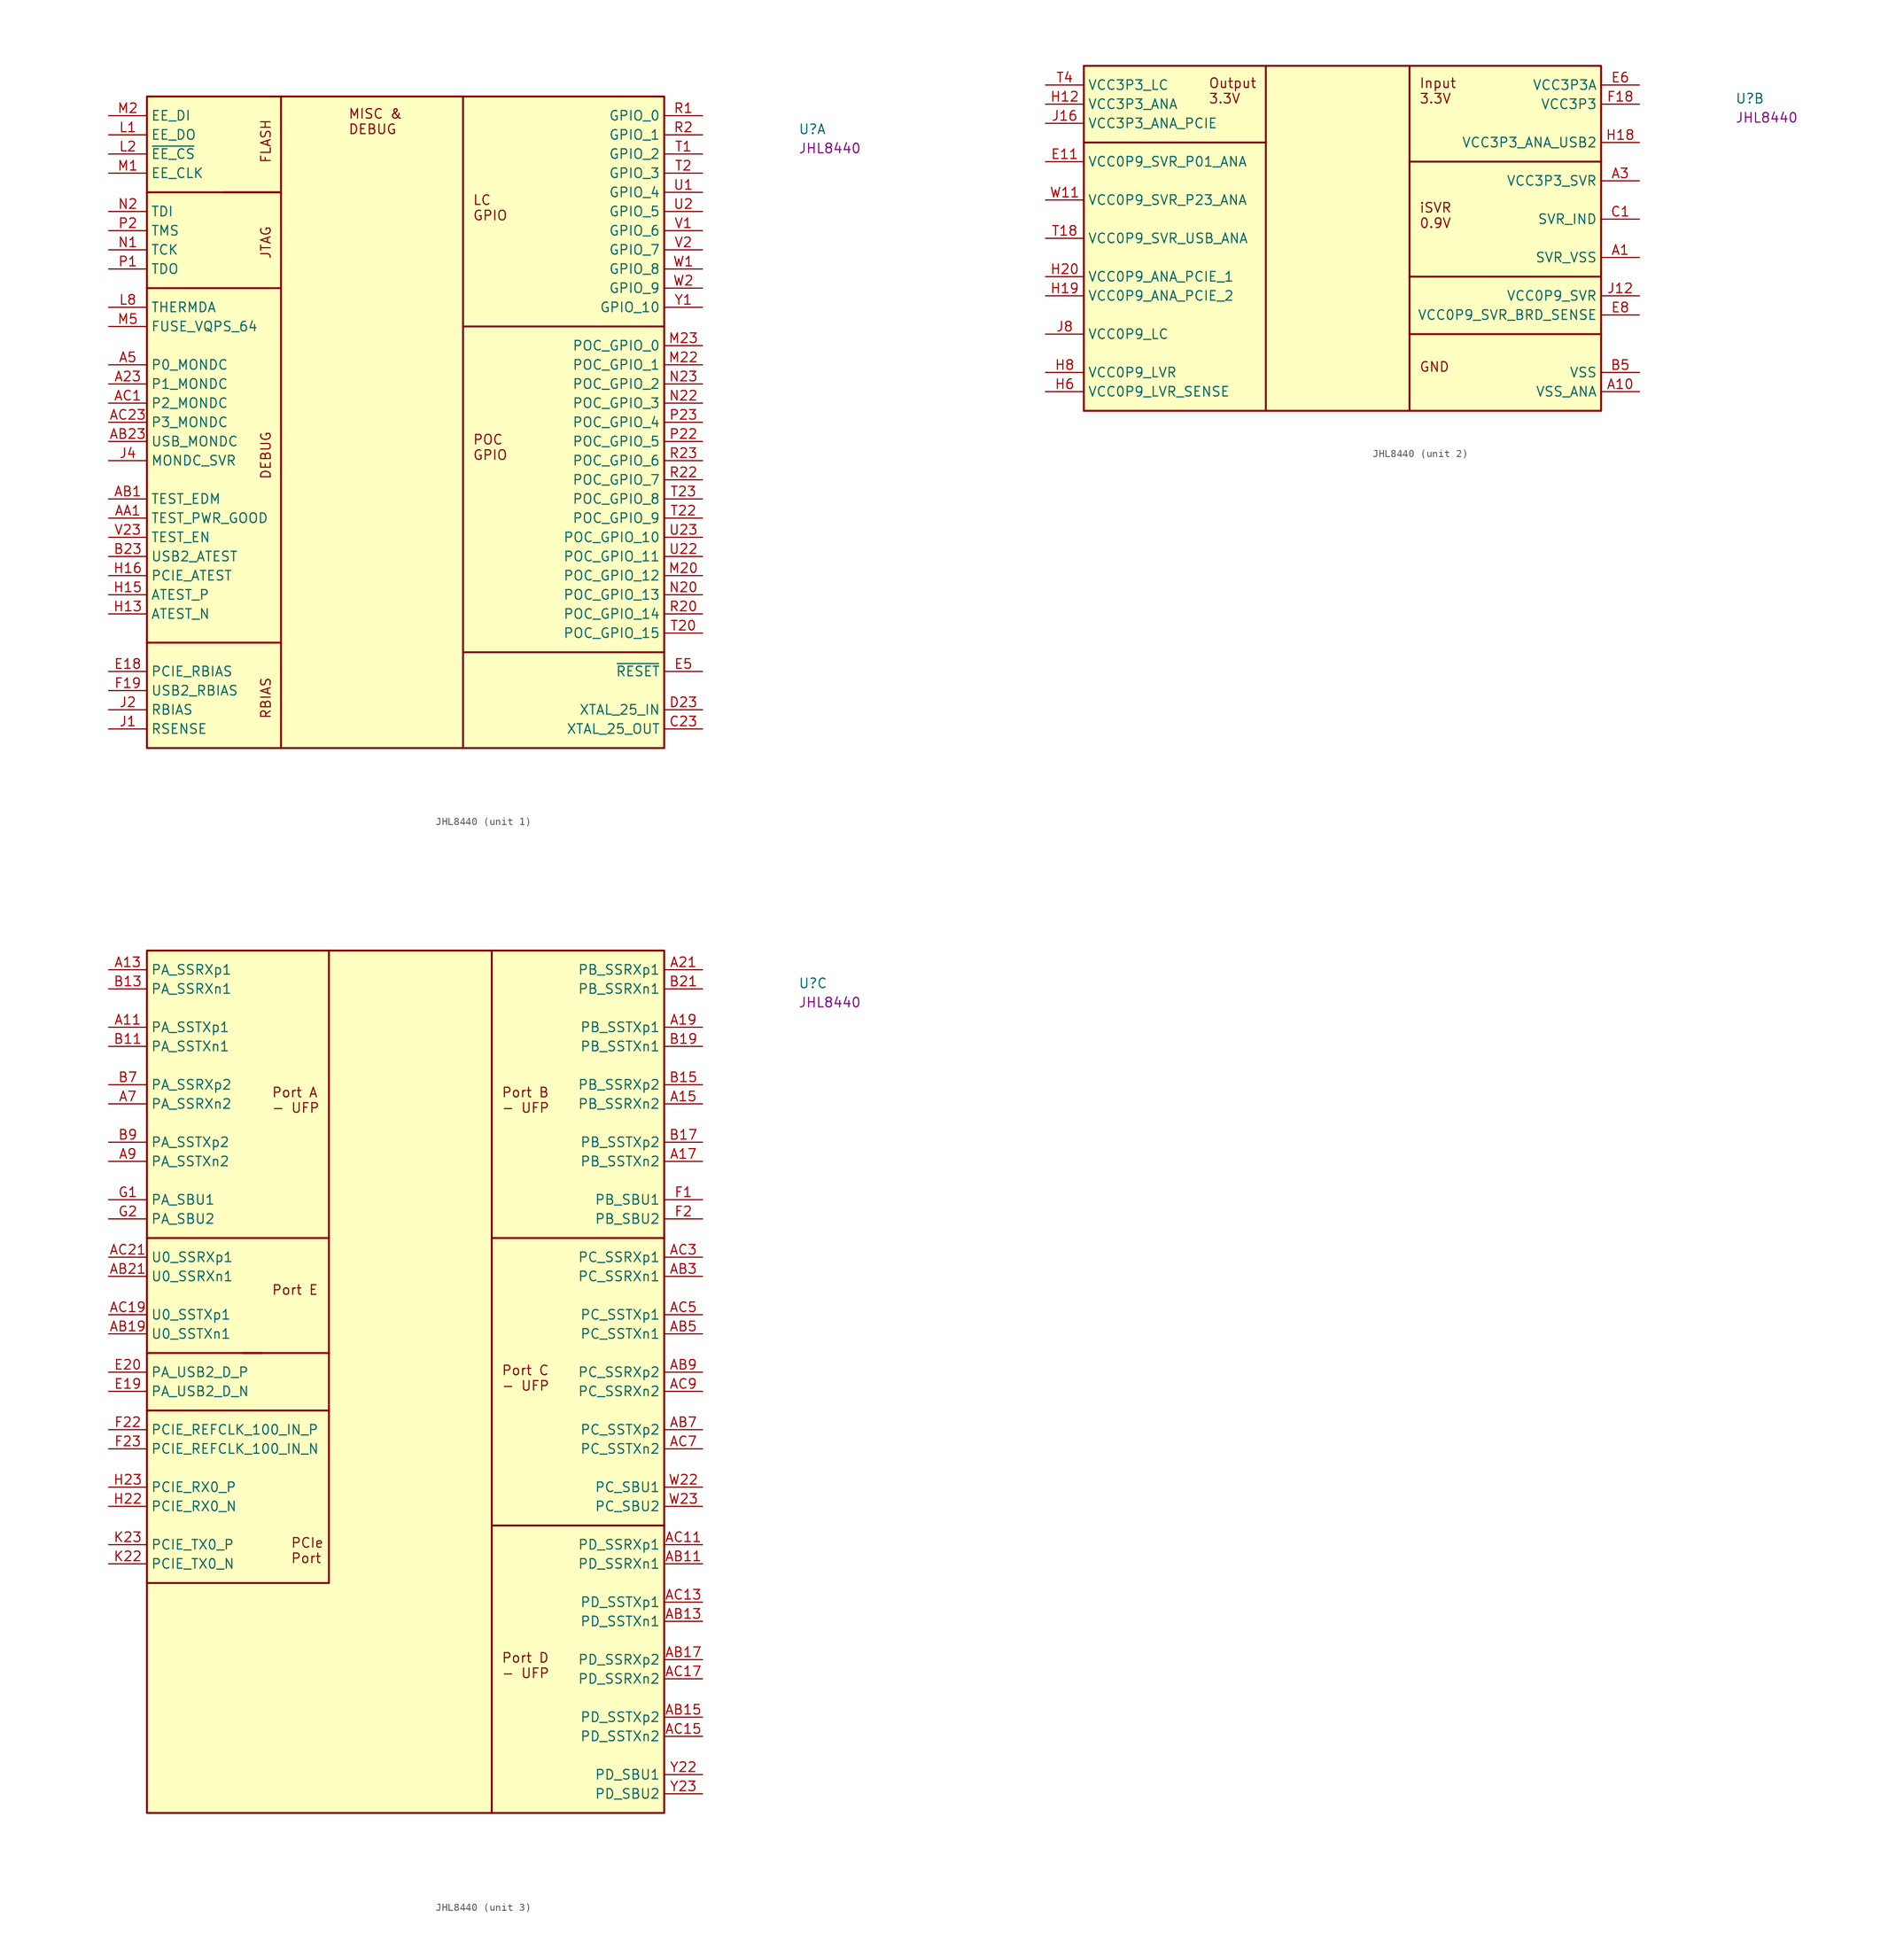
<source format=kicad_sym>
(kicad_symbol_lib
  (version 20220914)
  (generator kicad_symbol_editor)
  (symbol "JHL8440"
    (property "Reference" "U"
      (at 91.44 -2.54 0)
      (effects (font (size 1.27 1.27) (thickness 0.15)) (justify left bottom)))
    (property "MPN" "JHL8440"
      (at 91.44 -5.08 0)
      (effects (font (size 1.27 1.27) (thickness 0.15)) (justify left bottom)))
    (property "ki_locked" ""
      (at 0 0 0)
      (effects (font (size 1.27 1.27))))
    (symbol "JHL8440_1_1"
      (polyline (pts (xy 22.86 -69.85) (xy 5.08 -69.85)) (stroke (width 0.254) (type default)) (fill (type background)))
      (polyline (pts (xy 46.99 -83.82) (xy 46.99 -71.12)) (stroke (width 0.254) (type default)) (fill (type background)))
      (polyline (pts (xy 46.99 -27.94) (xy 46.99 2.54)) (stroke (width 0.254) (type default)) (fill (type background)))
      (polyline (pts (xy 5.08 -10.16) (xy 22.86 -10.16) (xy 22.86 2.54)) (stroke (width 0.254) (type default)) (fill (type background)))
      (polyline (pts (xy 15.24 -10.16) (xy 22.86 -10.16) (xy 22.86 -22.86)) (stroke (width 0.254) (type default)) (fill (type background)))
      (polyline (pts (xy 22.86 -83.82) (xy 22.86 -22.86) (xy 5.08 -22.86)) (stroke (width 0.254) (type default)) (fill (type background)))
      (polyline (pts (xy 73.66 -27.94) (xy 46.99 -27.94) (xy 46.99 -71.12) (xy 73.66 -71.12)) (stroke (width 0.254) (type default)) (fill (type background)))
      (rectangle (start 5.08 2.54) (end 73.66 -83.82) (stroke (width 0.254) (type default)) (fill (type background)))
      (text "DEBUG" (at 21.59 -48.26 900) (effects (font (size 1.27 1.27) (thickness 0.15)) (justify left bottom)))
      (text "FLASH" (at 21.59 -6.35 900) (effects (font (size 1.27 1.27) (thickness 0.15)) (justify left bottom)))
      (text "JTAG" (at 21.59 -19.05 900) (effects (font (size 1.27 1.27) (thickness 0.15)) (justify left bottom)))
      (text "LC\nGPIO\n" (at 48.26 -13.97 0) (effects (font (size 1.27 1.27) (thickness 0.15)) (justify left bottom)))
      (text "MISC &\nDEBUG" (at 31.75 -2.54 0) (effects (font (size 1.27 1.27) (thickness 0.15)) (justify left bottom)))
      (text "POC\nGPIO" (at 48.26 -45.72 0) (effects (font (size 1.27 1.27) (thickness 0.15)) (justify left bottom)))
      (text "RBIAS\n" (at 21.59 -80.01 900) (effects (font (size 1.27 1.27) (thickness 0.15)) (justify left bottom)))
      (pin passive line (at 0 -35.56 0) (length 5.08) (name "P1_MONDC" (effects (font (size 1.27 1.27)))) (number "A23" (effects (font (size 1.27 1.27)))))
      (pin passive line (at 0 -33.02 0) (length 5.08) (name "P0_MONDC" (effects (font (size 1.27 1.27)))) (number "A5" (effects (font (size 1.27 1.27)))))
      (pin passive line (at 0 -53.34 0) (length 5.08) (name "TEST_PWR_GOOD" (effects (font (size 1.27 1.27)))) (number "AA1" (effects (font (size 1.27 1.27)))))
      (pin passive line (at 0 -50.8 0) (length 5.08) (name "TEST_EDM" (effects (font (size 1.27 1.27)))) (number "AB1" (effects (font (size 1.27 1.27)))))
      (pin passive line (at 0 -43.18 0) (length 5.08) (name "USB_MONDC" (effects (font (size 1.27 1.27)))) (number "AB23" (effects (font (size 1.27 1.27)))))
      (pin passive line (at 0 -38.1 0) (length 5.08) (name "P2_MONDC" (effects (font (size 1.27 1.27)))) (number "AC1" (effects (font (size 1.27 1.27)))))
      (pin passive line (at 0 -40.64 0) (length 5.08) (name "P3_MONDC" (effects (font (size 1.27 1.27)))) (number "AC23" (effects (font (size 1.27 1.27)))))
      (pin passive line (at 0 -58.42 0) (length 5.08) (name "USB2_ATEST" (effects (font (size 1.27 1.27)))) (number "B23" (effects (font (size 1.27 1.27)))))
      (pin passive line (at 78.74 -81.28 180) (length 5.08) (name "XTAL_25_OUT" (effects (font (size 1.27 1.27)))) (number "C23" (effects (font (size 1.27 1.27)))))
      (pin passive line (at 78.74 -78.74 180) (length 5.08) (name "XTAL_25_IN" (effects (font (size 1.27 1.27)))) (number "D23" (effects (font (size 1.27 1.27)))))
      (pin passive line (at 0 -73.66 0) (length 5.08) (name "PCIE_RBIAS" (effects (font (size 1.27 1.27)))) (number "E18" (effects (font (size 1.27 1.27)))))
      (pin passive line (at 78.74 -73.66 180) (length 5.08) (name "~{RESET}" (effects (font (size 1.27 1.27)))) (number "E5" (effects (font (size 1.27 1.27)))))
      (pin passive line (at 0 -76.2 0) (length 5.08) (name "USB2_RBIAS" (effects (font (size 1.27 1.27)))) (number "F19" (effects (font (size 1.27 1.27)))))
      (pin passive line (at 0 -66.04 0) (length 5.08) (name "ATEST_N" (effects (font (size 1.27 1.27)))) (number "H13" (effects (font (size 1.27 1.27)))))
      (pin passive line (at 0 -63.5 0) (length 5.08) (name "ATEST_P" (effects (font (size 1.27 1.27)))) (number "H15" (effects (font (size 1.27 1.27)))))
      (pin passive line (at 0 -60.96 0) (length 5.08) (name "PCIE_ATEST" (effects (font (size 1.27 1.27)))) (number "H16" (effects (font (size 1.27 1.27)))))
      (pin passive line (at 0 -81.28 0) (length 5.08) (name "RSENSE" (effects (font (size 1.27 1.27)))) (number "J1" (effects (font (size 1.27 1.27)))))
      (pin passive line (at 0 -78.74 0) (length 5.08) (name "RBIAS" (effects (font (size 1.27 1.27)))) (number "J2" (effects (font (size 1.27 1.27)))))
      (pin passive line (at 0 -45.72 0) (length 5.08) (name "MONDC_SVR" (effects (font (size 1.27 1.27)))) (number "J4" (effects (font (size 1.27 1.27)))))
      (pin passive line (at 0 -2.54 0) (length 5.08) (name "EE_DO" (effects (font (size 1.27 1.27)))) (number "L1" (effects (font (size 1.27 1.27)))))
      (pin passive line (at 0 -5.08 0) (length 5.08) (name "~{EE_CS}" (effects (font (size 1.27 1.27)))) (number "L2" (effects (font (size 1.27 1.27)))))
      (pin passive line (at 0 -25.4 0) (length 5.08) (name "THERMDA" (effects (font (size 1.27 1.27)))) (number "L8" (effects (font (size 1.27 1.27)))))
      (pin passive line (at 0 -7.62 0) (length 5.08) (name "EE_CLK" (effects (font (size 1.27 1.27)))) (number "M1" (effects (font (size 1.27 1.27)))))
      (pin passive line (at 0 0 0) (length 5.08) (name "EE_DI" (effects (font (size 1.27 1.27)))) (number "M2" (effects (font (size 1.27 1.27)))))
      (pin passive line (at 78.74 -60.96 180) (length 5.08) (name "POC_GPIO_12" (effects (font (size 1.27 1.27)))) (number "M20" (effects (font (size 1.27 1.27)))) (alternate "HPD" passive line) (alternate "~{OVRCRNT}" passive line) (alternate "~{PC_I2C_INT}" passive line))
      (pin passive line (at 78.74 -33.02 180) (length 5.08) (name "POC_GPIO_1" (effects (font (size 1.27 1.27)))) (number "M22" (effects (font (size 1.27 1.27)))) (alternate "I2C_SDA" passive line))
      (pin passive line (at 78.74 -30.48 180) (length 5.08) (name "POC_GPIO_0" (effects (font (size 1.27 1.27)))) (number "M23" (effects (font (size 1.27 1.27)))) (alternate "I2C_SCL" passive line))
      (pin passive line (at 0 -27.94 0) (length 5.08) (name "FUSE_VQPS_64" (effects (font (size 1.27 1.27)))) (number "M5" (effects (font (size 1.27 1.27)))))
      (pin passive line (at 0 -17.78 0) (length 5.08) (name "TCK" (effects (font (size 1.27 1.27)))) (number "N1" (effects (font (size 1.27 1.27)))))
      (pin passive line (at 0 -12.7 0) (length 5.08) (name "TDI" (effects (font (size 1.27 1.27)))) (number "N2" (effects (font (size 1.27 1.27)))))
      (pin passive line (at 78.74 -63.5 180) (length 5.08) (name "POC_GPIO_13" (effects (font (size 1.27 1.27)))) (number "N20" (effects (font (size 1.27 1.27)))) (alternate "USB2_MXCTL" passive line))
      (pin passive line (at 78.74 -38.1 180) (length 5.08) (name "POC_GPIO_3" (effects (font (size 1.27 1.27)))) (number "N22" (effects (font (size 1.27 1.27)))) (alternate "FORCE_PWR" passive line))
      (pin passive line (at 78.74 -35.56 180) (length 5.08) (name "POC_GPIO_2" (effects (font (size 1.27 1.27)))) (number "N23" (effects (font (size 1.27 1.27)))) (alternate "PA_VBUS_EN" passive line))
      (pin passive line (at 0 -20.32 0) (length 5.08) (name "TDO" (effects (font (size 1.27 1.27)))) (number "P1" (effects (font (size 1.27 1.27)))))
      (pin passive line (at 0 -15.24 0) (length 5.08) (name "TMS" (effects (font (size 1.27 1.27)))) (number "P2" (effects (font (size 1.27 1.27)))))
      (pin passive line (at 78.74 -43.18 180) (length 5.08) (name "POC_GPIO_5" (effects (font (size 1.27 1.27)))) (number "P22" (effects (font (size 1.27 1.27)))) (alternate "PM_S3_EN" passive line))
      (pin passive line (at 78.74 -40.64 180) (length 5.08) (name "POC_GPIO_4" (effects (font (size 1.27 1.27)))) (number "P23" (effects (font (size 1.27 1.27)))) (alternate "~{PEWAKE}" passive line))
      (pin passive line (at 78.74 0 180) (length 5.08) (name "GPIO_0" (effects (font (size 1.27 1.27)))) (number "R1" (effects (font (size 1.27 1.27)))) (alternate "PB_VBUS_EN" passive line))
      (pin passive line (at 78.74 -2.54 180) (length 5.08) (name "GPIO_1" (effects (font (size 1.27 1.27)))) (number "R2" (effects (font (size 1.27 1.27)))) (alternate "PC_VBUS_EN" passive line))
      (pin passive line (at 78.74 -66.04 180) (length 5.08) (name "POC_GPIO_14" (effects (font (size 1.27 1.27)))) (number "R20" (effects (font (size 1.27 1.27)))) (alternate "HPD" passive line) (alternate "~{OVRCRNT}" passive line) (alternate "~{PD_I2C_INT}" passive line))
      (pin passive line (at 78.74 -48.26 180) (length 5.08) (name "POC_GPIO_7" (effects (font (size 1.27 1.27)))) (number "R22" (effects (font (size 1.27 1.27)))) (alternate "~{OVRCRNT}" passive line) (alternate "~{PB_I2C_INT}" passive line))
      (pin passive line (at 78.74 -45.72 180) (length 5.08) (name "POC_GPIO_6" (effects (font (size 1.27 1.27)))) (number "R23" (effects (font (size 1.27 1.27)))) (alternate "~{PA_I2C_INT}" passive line))
      (pin passive line (at 78.74 -5.08 180) (length 5.08) (name "GPIO_2" (effects (font (size 1.27 1.27)))) (number "T1" (effects (font (size 1.27 1.27)))) (alternate "PD_VBUS_EN" passive line))
      (pin passive line (at 78.74 -7.62 180) (length 5.08) (name "GPIO_3" (effects (font (size 1.27 1.27)))) (number "T2" (effects (font (size 1.27 1.27)))) (alternate "TMU_CLKIN" passive line))
      (pin passive line (at 78.74 -68.58 180) (length 5.08) (name "POC_GPIO_15" (effects (font (size 1.27 1.27)))) (number "T20" (effects (font (size 1.27 1.27)))))
      (pin passive line (at 78.74 -53.34 180) (length 5.08) (name "POC_GPIO_9" (effects (font (size 1.27 1.27)))) (number "T22" (effects (font (size 1.27 1.27)))) (alternate "SMBUS_SDA" passive line))
      (pin passive line (at 78.74 -50.8 180) (length 5.08) (name "POC_GPIO_8" (effects (font (size 1.27 1.27)))) (number "T23" (effects (font (size 1.27 1.27)))) (alternate "SMBUS_SCL" passive line))
      (pin passive line (at 78.74 -10.16 180) (length 5.08) (name "GPIO_4" (effects (font (size 1.27 1.27)))) (number "U1" (effects (font (size 1.27 1.27)))) (alternate "PM_S0_EN" passive line))
      (pin passive line (at 78.74 -12.7 180) (length 5.08) (name "GPIO_5" (effects (font (size 1.27 1.27)))) (number "U2" (effects (font (size 1.27 1.27)))) (alternate "~{PERST}" passive line))
      (pin passive line (at 78.74 -58.42 180) (length 5.08) (name "POC_GPIO_11" (effects (font (size 1.27 1.27)))) (number "U22" (effects (font (size 1.27 1.27)))))
      (pin passive line (at 78.74 -55.88 180) (length 5.08) (name "POC_GPIO_10" (effects (font (size 1.27 1.27)))) (number "U23" (effects (font (size 1.27 1.27)))) (alternate "~{PE_OVRCRNT}" passive line))
      (pin passive line (at 78.74 -15.24 180) (length 5.08) (name "GPIO_6" (effects (font (size 1.27 1.27)))) (number "V1" (effects (font (size 1.27 1.27)))) (alternate "PE_VBUS_EN" passive line))
      (pin passive line (at 78.74 -17.78 180) (length 5.08) (name "GPIO_7" (effects (font (size 1.27 1.27)))) (number "V2" (effects (font (size 1.27 1.27)))) (alternate "~{SMB_ALERT}" passive line))
      (pin passive line (at 0 -55.88 0) (length 5.08) (name "TEST_EN" (effects (font (size 1.27 1.27)))) (number "V23" (effects (font (size 1.27 1.27)))))
      (pin passive line (at 78.74 -20.32 180) (length 5.08) (name "GPIO_8" (effects (font (size 1.27 1.27)))) (number "W1" (effects (font (size 1.27 1.27)))) (alternate "TMU_CLKOUT" passive line))
      (pin passive line (at 78.74 -22.86 180) (length 5.08) (name "GPIO_9" (effects (font (size 1.27 1.27)))) (number "W2" (effects (font (size 1.27 1.27)))))
      (pin passive line (at 78.74 -25.4 180) (length 5.08) (name "GPIO_10" (effects (font (size 1.27 1.27)))) (number "Y1" (effects (font (size 1.27 1.27))))))
    (symbol "JHL8440_2_1"
      (polyline (pts (xy 29.21 -7.62) (xy 5.08 -7.62)) (stroke (width 0.254) (type default)) (fill (type background)))
      (polyline (pts (xy 29.21 2.54) (xy 29.21 -43.18)) (stroke (width 0.254) (type default)) (fill (type background)))
      (polyline (pts (xy 48.26 2.54) (xy 48.26 -43.18)) (stroke (width 0.254) (type default)) (fill (type background)))
      (polyline (pts (xy 73.66 -33.02) (xy 48.26 -33.02)) (stroke (width 0.254) (type default)) (fill (type background)))
      (polyline (pts (xy 73.66 -25.4) (xy 48.26 -25.4)) (stroke (width 0.254) (type default)) (fill (type background)))
      (polyline (pts (xy 73.66 -10.16) (xy 48.26 -10.16)) (stroke (width 0.254) (type default)) (fill (type background)))
      (rectangle (start 5.08 2.54) (end 73.66 -43.18) (stroke (width 0.254) (type default)) (fill (type background)))
      (text "GND\n" (at 49.53 -38.1 0) (effects (font (size 1.27 1.27) (thickness 0.15)) (justify left bottom)))
      (text "Input\n3.3V\n" (at 49.53 -2.54 0) (effects (font (size 1.27 1.27) (thickness 0.15)) (justify left bottom)))
      (text "iSVR\n0.9V\n" (at 49.53 -19.05 0) (effects (font (size 1.27 1.27) (thickness 0.15)) (justify left bottom)))
      (text "Output\n3.3V" (at 21.59 -2.54 0) (effects (font (size 1.27 1.27) (thickness 0.15)) (justify left bottom)))
      (pin power_in line (at 78.74 -22.86 180) (length 5.08) (name "SVR_VSS" (effects (font (size 1.27 1.27)))) (number "A1" (effects (font (size 1.27 1.27)))))
      (pin power_in line (at 78.74 -40.64 180) (length 5.08) (name "VSS_ANA" (effects (font (size 1.27 1.27)))) (number "A10" (effects (font (size 1.27 1.27)))))
      (pin passive line (at 78.74 -40.64 180) (length 5.08) hide (name "VSS_ANA" (effects (font (size 1.27 1.27)))) (number "A12" (effects (font (size 1.27 1.27)))))
      (pin passive line (at 78.74 -40.64 180) (length 5.08) hide (name "VSS_ANA" (effects (font (size 1.27 1.27)))) (number "A14" (effects (font (size 1.27 1.27)))))
      (pin passive line (at 78.74 -40.64 180) (length 5.08) hide (name "VSS_ANA" (effects (font (size 1.27 1.27)))) (number "A16" (effects (font (size 1.27 1.27)))))
      (pin passive line (at 78.74 -40.64 180) (length 5.08) hide (name "VSS_ANA" (effects (font (size 1.27 1.27)))) (number "A18" (effects (font (size 1.27 1.27)))))
      (pin passive line (at 78.74 -22.86 180) (length 5.08) hide (name "SVR_VSS" (effects (font (size 1.27 1.27)))) (number "A2" (effects (font (size 1.27 1.27)))))
      (pin passive line (at 78.74 -40.64 180) (length 5.08) hide (name "VSS_ANA" (effects (font (size 1.27 1.27)))) (number "A20" (effects (font (size 1.27 1.27)))))
      (pin passive line (at 78.74 -40.64 180) (length 5.08) hide (name "VSS_ANA" (effects (font (size 1.27 1.27)))) (number "A22" (effects (font (size 1.27 1.27)))))
      (pin power_in line (at 78.74 -12.7 180) (length 5.08) (name "VCC3P3_SVR" (effects (font (size 1.27 1.27)))) (number "A3" (effects (font (size 1.27 1.27)))))
      (pin passive line (at 78.74 -12.7 180) (length 5.08) hide (name "VCC3P3_SVR" (effects (font (size 1.27 1.27)))) (number "A4" (effects (font (size 1.27 1.27)))))
      (pin passive line (at 78.74 -40.64 180) (length 5.08) hide (name "VSS_ANA" (effects (font (size 1.27 1.27)))) (number "A6" (effects (font (size 1.27 1.27)))))
      (pin passive line (at 78.74 -40.64 180) (length 5.08) hide (name "VSS_ANA" (effects (font (size 1.27 1.27)))) (number "A8" (effects (font (size 1.27 1.27)))))
      (pin passive line (at 78.74 -40.64 180) (length 5.08) hide (name "VSS_ANA" (effects (font (size 1.27 1.27)))) (number "AA2" (effects (font (size 1.27 1.27)))))
      (pin passive line (at 78.74 -40.64 180) (length 5.08) hide (name "VSS_ANA" (effects (font (size 1.27 1.27)))) (number "AA22" (effects (font (size 1.27 1.27)))))
      (pin passive line (at 78.74 -40.64 180) (length 5.08) hide (name "VSS_ANA" (effects (font (size 1.27 1.27)))) (number "AA23" (effects (font (size 1.27 1.27)))))
      (pin passive line (at 78.74 -40.64 180) (length 5.08) hide (name "VSS_ANA" (effects (font (size 1.27 1.27)))) (number "AB10" (effects (font (size 1.27 1.27)))))
      (pin passive line (at 78.74 -40.64 180) (length 5.08) hide (name "VSS_ANA" (effects (font (size 1.27 1.27)))) (number "AB12" (effects (font (size 1.27 1.27)))))
      (pin passive line (at 78.74 -40.64 180) (length 5.08) hide (name "VSS_ANA" (effects (font (size 1.27 1.27)))) (number "AB14" (effects (font (size 1.27 1.27)))))
      (pin passive line (at 78.74 -40.64 180) (length 5.08) hide (name "VSS_ANA" (effects (font (size 1.27 1.27)))) (number "AB16" (effects (font (size 1.27 1.27)))))
      (pin passive line (at 78.74 -40.64 180) (length 5.08) hide (name "VSS_ANA" (effects (font (size 1.27 1.27)))) (number "AB18" (effects (font (size 1.27 1.27)))))
      (pin passive line (at 78.74 -40.64 180) (length 5.08) hide (name "VSS_ANA" (effects (font (size 1.27 1.27)))) (number "AB2" (effects (font (size 1.27 1.27)))))
      (pin passive line (at 78.74 -40.64 180) (length 5.08) hide (name "VSS_ANA" (effects (font (size 1.27 1.27)))) (number "AB20" (effects (font (size 1.27 1.27)))))
      (pin passive line (at 78.74 -40.64 180) (length 5.08) hide (name "VSS_ANA" (effects (font (size 1.27 1.27)))) (number "AB22" (effects (font (size 1.27 1.27)))))
      (pin passive line (at 78.74 -40.64 180) (length 5.08) hide (name "VSS_ANA" (effects (font (size 1.27 1.27)))) (number "AB4" (effects (font (size 1.27 1.27)))))
      (pin passive line (at 78.74 -40.64 180) (length 5.08) hide (name "VSS_ANA" (effects (font (size 1.27 1.27)))) (number "AB6" (effects (font (size 1.27 1.27)))))
      (pin passive line (at 78.74 -40.64 180) (length 5.08) hide (name "VSS_ANA" (effects (font (size 1.27 1.27)))) (number "AB8" (effects (font (size 1.27 1.27)))))
      (pin passive line (at 78.74 -40.64 180) (length 5.08) hide (name "VSS_ANA" (effects (font (size 1.27 1.27)))) (number "AC10" (effects (font (size 1.27 1.27)))))
      (pin passive line (at 78.74 -40.64 180) (length 5.08) hide (name "VSS_ANA" (effects (font (size 1.27 1.27)))) (number "AC12" (effects (font (size 1.27 1.27)))))
      (pin passive line (at 78.74 -40.64 180) (length 5.08) hide (name "VSS_ANA" (effects (font (size 1.27 1.27)))) (number "AC14" (effects (font (size 1.27 1.27)))))
      (pin passive line (at 78.74 -40.64 180) (length 5.08) hide (name "VSS_ANA" (effects (font (size 1.27 1.27)))) (number "AC16" (effects (font (size 1.27 1.27)))))
      (pin passive line (at 78.74 -40.64 180) (length 5.08) hide (name "VSS_ANA" (effects (font (size 1.27 1.27)))) (number "AC18" (effects (font (size 1.27 1.27)))))
      (pin passive line (at 78.74 -40.64 180) (length 5.08) hide (name "VSS_ANA" (effects (font (size 1.27 1.27)))) (number "AC2" (effects (font (size 1.27 1.27)))))
      (pin passive line (at 78.74 -40.64 180) (length 5.08) hide (name "VSS_ANA" (effects (font (size 1.27 1.27)))) (number "AC20" (effects (font (size 1.27 1.27)))))
      (pin passive line (at 78.74 -40.64 180) (length 5.08) hide (name "VSS_ANA" (effects (font (size 1.27 1.27)))) (number "AC22" (effects (font (size 1.27 1.27)))))
      (pin passive line (at 78.74 -40.64 180) (length 5.08) hide (name "VSS_ANA" (effects (font (size 1.27 1.27)))) (number "AC4" (effects (font (size 1.27 1.27)))))
      (pin passive line (at 78.74 -40.64 180) (length 5.08) hide (name "VSS_ANA" (effects (font (size 1.27 1.27)))) (number "AC6" (effects (font (size 1.27 1.27)))))
      (pin passive line (at 78.74 -40.64 180) (length 5.08) hide (name "VSS_ANA" (effects (font (size 1.27 1.27)))) (number "AC8" (effects (font (size 1.27 1.27)))))
      (pin passive line (at 78.74 -22.86 180) (length 5.08) hide (name "SVR_VSS" (effects (font (size 1.27 1.27)))) (number "B1" (effects (font (size 1.27 1.27)))))
      (pin passive line (at 78.74 -40.64 180) (length 5.08) hide (name "VSS_ANA" (effects (font (size 1.27 1.27)))) (number "B10" (effects (font (size 1.27 1.27)))))
      (pin passive line (at 78.74 -40.64 180) (length 5.08) hide (name "VSS_ANA" (effects (font (size 1.27 1.27)))) (number "B12" (effects (font (size 1.27 1.27)))))
      (pin passive line (at 78.74 -40.64 180) (length 5.08) hide (name "VSS_ANA" (effects (font (size 1.27 1.27)))) (number "B14" (effects (font (size 1.27 1.27)))))
      (pin passive line (at 78.74 -40.64 180) (length 5.08) hide (name "VSS_ANA" (effects (font (size 1.27 1.27)))) (number "B16" (effects (font (size 1.27 1.27)))))
      (pin passive line (at 78.74 -40.64 180) (length 5.08) hide (name "VSS_ANA" (effects (font (size 1.27 1.27)))) (number "B18" (effects (font (size 1.27 1.27)))))
      (pin passive line (at 78.74 -22.86 180) (length 5.08) hide (name "SVR_VSS" (effects (font (size 1.27 1.27)))) (number "B2" (effects (font (size 1.27 1.27)))))
      (pin passive line (at 78.74 -40.64 180) (length 5.08) hide (name "VSS_ANA" (effects (font (size 1.27 1.27)))) (number "B20" (effects (font (size 1.27 1.27)))))
      (pin passive line (at 78.74 -40.64 180) (length 5.08) hide (name "VSS_ANA" (effects (font (size 1.27 1.27)))) (number "B22" (effects (font (size 1.27 1.27)))))
      (pin passive line (at 78.74 -12.7 180) (length 5.08) hide (name "VCC3P3_SVR" (effects (font (size 1.27 1.27)))) (number "B3" (effects (font (size 1.27 1.27)))))
      (pin passive line (at 78.74 -12.7 180) (length 5.08) hide (name "VCC3P3_SVR" (effects (font (size 1.27 1.27)))) (number "B4" (effects (font (size 1.27 1.27)))))
      (pin power_in line (at 78.74 -38.1 180) (length 5.08) (name "VSS" (effects (font (size 1.27 1.27)))) (number "B5" (effects (font (size 1.27 1.27)))))
      (pin passive line (at 78.74 -40.64 180) (length 5.08) hide (name "VSS_ANA" (effects (font (size 1.27 1.27)))) (number "B6" (effects (font (size 1.27 1.27)))))
      (pin passive line (at 78.74 -40.64 180) (length 5.08) hide (name "VSS_ANA" (effects (font (size 1.27 1.27)))) (number "B8" (effects (font (size 1.27 1.27)))))
      (pin passive line (at 78.74 -17.78 180) (length 5.08) (name "SVR_IND" (effects (font (size 1.27 1.27)))) (number "C1" (effects (font (size 1.27 1.27)))))
      (pin passive line (at 78.74 -17.78 180) (length 5.08) hide (name "SVR_IND" (effects (font (size 1.27 1.27)))) (number "C2" (effects (font (size 1.27 1.27)))))
      (pin passive line (at 78.74 -40.64 180) (length 5.08) hide (name "VSS_ANA" (effects (font (size 1.27 1.27)))) (number "C22" (effects (font (size 1.27 1.27)))))
      (pin passive line (at 78.74 -17.78 180) (length 5.08) hide (name "SVR_IND" (effects (font (size 1.27 1.27)))) (number "D1" (effects (font (size 1.27 1.27)))))
      (pin passive line (at 78.74 -40.64 180) (length 5.08) hide (name "VSS_ANA" (effects (font (size 1.27 1.27)))) (number "D11" (effects (font (size 1.27 1.27)))))
      (pin passive line (at 78.74 -40.64 180) (length 5.08) hide (name "VSS_ANA" (effects (font (size 1.27 1.27)))) (number "D12" (effects (font (size 1.27 1.27)))))
      (pin passive line (at 78.74 -40.64 180) (length 5.08) hide (name "VSS_ANA" (effects (font (size 1.27 1.27)))) (number "D13" (effects (font (size 1.27 1.27)))))
      (pin passive line (at 78.74 -40.64 180) (length 5.08) hide (name "VSS_ANA" (effects (font (size 1.27 1.27)))) (number "D15" (effects (font (size 1.27 1.27)))))
      (pin passive line (at 78.74 -40.64 180) (length 5.08) hide (name "VSS_ANA" (effects (font (size 1.27 1.27)))) (number "D16" (effects (font (size 1.27 1.27)))))
      (pin passive line (at 78.74 -40.64 180) (length 5.08) hide (name "VSS_ANA" (effects (font (size 1.27 1.27)))) (number "D18" (effects (font (size 1.27 1.27)))))
      (pin passive line (at 78.74 -40.64 180) (length 5.08) hide (name "VSS_ANA" (effects (font (size 1.27 1.27)))) (number "D19" (effects (font (size 1.27 1.27)))))
      (pin passive line (at 78.74 -17.78 180) (length 5.08) hide (name "SVR_IND" (effects (font (size 1.27 1.27)))) (number "D2" (effects (font (size 1.27 1.27)))))
      (pin passive line (at 78.74 -40.64 180) (length 5.08) hide (name "VSS_ANA" (effects (font (size 1.27 1.27)))) (number "D20" (effects (font (size 1.27 1.27)))))
      (pin passive line (at 78.74 -40.64 180) (length 5.08) hide (name "VSS_ANA" (effects (font (size 1.27 1.27)))) (number "D22" (effects (font (size 1.27 1.27)))))
      (pin passive line (at 78.74 -38.1 180) (length 5.08) hide (name "VSS" (effects (font (size 1.27 1.27)))) (number "D4" (effects (font (size 1.27 1.27)))))
      (pin passive line (at 78.74 -38.1 180) (length 5.08) hide (name "VSS" (effects (font (size 1.27 1.27)))) (number "D5" (effects (font (size 1.27 1.27)))))
      (pin passive line (at 78.74 -40.64 180) (length 5.08) hide (name "VSS_ANA" (effects (font (size 1.27 1.27)))) (number "D6" (effects (font (size 1.27 1.27)))))
      (pin passive line (at 78.74 -40.64 180) (length 5.08) hide (name "VSS_ANA" (effects (font (size 1.27 1.27)))) (number "D8" (effects (font (size 1.27 1.27)))))
      (pin passive line (at 78.74 -40.64 180) (length 5.08) hide (name "VSS_ANA" (effects (font (size 1.27 1.27)))) (number "D9" (effects (font (size 1.27 1.27)))))
      (pin passive line (at 78.74 -38.1 180) (length 5.08) hide (name "VSS" (effects (font (size 1.27 1.27)))) (number "E1" (effects (font (size 1.27 1.27)))))
      (pin power_in line (at 0 -10.16 0) (length 5.08) (name "VCC0P9_SVR_P01_ANA" (effects (font (size 1.27 1.27)))) (number "E11" (effects (font (size 1.27 1.27)))))
      (pin passive line (at 0 -10.16 0) (length 5.08) hide (name "VCC0P9_SVR_P01_ANA" (effects (font (size 1.27 1.27)))) (number "E12" (effects (font (size 1.27 1.27)))))
      (pin passive line (at 0 -10.16 0) (length 5.08) hide (name "VCC0P9_SVR_P01_ANA" (effects (font (size 1.27 1.27)))) (number "E13" (effects (font (size 1.27 1.27)))))
      (pin passive line (at 0 -10.16 0) (length 5.08) hide (name "VCC0P9_SVR_P01_ANA" (effects (font (size 1.27 1.27)))) (number "E15" (effects (font (size 1.27 1.27)))))
      (pin passive line (at 0 -10.16 0) (length 5.08) hide (name "VCC0P9_SVR_P01_ANA" (effects (font (size 1.27 1.27)))) (number "E16" (effects (font (size 1.27 1.27)))))
      (pin passive line (at 78.74 -38.1 180) (length 5.08) hide (name "VSS" (effects (font (size 1.27 1.27)))) (number "E2" (effects (font (size 1.27 1.27)))))
      (pin passive line (at 78.74 -40.64 180) (length 5.08) hide (name "VSS_ANA" (effects (font (size 1.27 1.27)))) (number "E22" (effects (font (size 1.27 1.27)))))
      (pin passive line (at 78.74 -40.64 180) (length 5.08) hide (name "VSS_ANA" (effects (font (size 1.27 1.27)))) (number "E23" (effects (font (size 1.27 1.27)))))
      (pin passive line (at 78.74 -38.1 180) (length 5.08) hide (name "VSS" (effects (font (size 1.27 1.27)))) (number "E4" (effects (font (size 1.27 1.27)))))
      (pin power_in line (at 78.74 0 180) (length 5.08) (name "VCC3P3A" (effects (font (size 1.27 1.27)))) (number "E6" (effects (font (size 1.27 1.27)))))
      (pin power_in line (at 78.74 -30.48 180) (length 5.08) (name "VCC0P9_SVR_BRD_SENSE" (effects (font (size 1.27 1.27)))) (number "E8" (effects (font (size 1.27 1.27)))))
      (pin passive line (at 0 -10.16 0) (length 5.08) hide (name "VCC0P9_SVR_P01_ANA" (effects (font (size 1.27 1.27)))) (number "E9" (effects (font (size 1.27 1.27)))))
      (pin passive line (at 78.74 -40.64 180) (length 5.08) hide (name "VSS_ANA" (effects (font (size 1.27 1.27)))) (number "F11" (effects (font (size 1.27 1.27)))))
      (pin passive line (at 78.74 -40.64 180) (length 5.08) hide (name "VSS_ANA" (effects (font (size 1.27 1.27)))) (number "F12" (effects (font (size 1.27 1.27)))))
      (pin passive line (at 78.74 -40.64 180) (length 5.08) hide (name "VSS_ANA" (effects (font (size 1.27 1.27)))) (number "F13" (effects (font (size 1.27 1.27)))))
      (pin passive line (at 78.74 -40.64 180) (length 5.08) hide (name "VSS_ANA" (effects (font (size 1.27 1.27)))) (number "F15" (effects (font (size 1.27 1.27)))))
      (pin passive line (at 78.74 -40.64 180) (length 5.08) hide (name "VSS_ANA" (effects (font (size 1.27 1.27)))) (number "F16" (effects (font (size 1.27 1.27)))))
      (pin power_in line (at 78.74 -2.54 180) (length 5.08) (name "VCC3P3" (effects (font (size 1.27 1.27)))) (number "F18" (effects (font (size 1.27 1.27)))))
      (pin passive line (at 78.74 -40.64 180) (length 5.08) hide (name "VSS_ANA" (effects (font (size 1.27 1.27)))) (number "F20" (effects (font (size 1.27 1.27)))))
      (pin passive line (at 78.74 -40.64 180) (length 5.08) hide (name "VSS_ANA" (effects (font (size 1.27 1.27)))) (number "F4" (effects (font (size 1.27 1.27)))))
      (pin passive line (at 78.74 -40.64 180) (length 5.08) hide (name "VSS_ANA" (effects (font (size 1.27 1.27)))) (number "F5" (effects (font (size 1.27 1.27)))))
      (pin passive line (at 78.74 -40.64 180) (length 5.08) hide (name "VSS_ANA" (effects (font (size 1.27 1.27)))) (number "F6" (effects (font (size 1.27 1.27)))))
      (pin passive line (at 78.74 -40.64 180) (length 5.08) hide (name "VSS_ANA" (effects (font (size 1.27 1.27)))) (number "F8" (effects (font (size 1.27 1.27)))))
      (pin passive line (at 78.74 -40.64 180) (length 5.08) hide (name "VSS_ANA" (effects (font (size 1.27 1.27)))) (number "F9" (effects (font (size 1.27 1.27)))))
      (pin passive line (at 78.74 -40.64 180) (length 5.08) hide (name "VSS_ANA" (effects (font (size 1.27 1.27)))) (number "G22" (effects (font (size 1.27 1.27)))))
      (pin passive line (at 78.74 -40.64 180) (length 5.08) hide (name "VSS_ANA" (effects (font (size 1.27 1.27)))) (number "G23" (effects (font (size 1.27 1.27)))))
      (pin passive line (at 78.74 -40.64 180) (length 5.08) hide (name "VSS_ANA" (effects (font (size 1.27 1.27)))) (number "H1" (effects (font (size 1.27 1.27)))))
      (pin passive line (at 78.74 -40.64 180) (length 5.08) hide (name "VSS_ANA" (effects (font (size 1.27 1.27)))) (number "H11" (effects (font (size 1.27 1.27)))))
      (pin power_in line (at 0 -2.54 0) (length 5.08) (name "VCC3P3_ANA" (effects (font (size 1.27 1.27)))) (number "H12" (effects (font (size 1.27 1.27)))))
      (pin power_in line (at 78.74 -7.62 180) (length 5.08) (name "VCC3P3_ANA_USB2" (effects (font (size 1.27 1.27)))) (number "H18" (effects (font (size 1.27 1.27)))))
      (pin power_in line (at 0 -27.94 0) (length 5.08) (name "VCC0P9_ANA_PCIE_2" (effects (font (size 1.27 1.27)))) (number "H19" (effects (font (size 1.27 1.27)))))
      (pin passive line (at 78.74 -40.64 180) (length 5.08) hide (name "VSS_ANA" (effects (font (size 1.27 1.27)))) (number "H2" (effects (font (size 1.27 1.27)))))
      (pin power_in line (at 0 -25.4 0) (length 5.08) (name "VCC0P9_ANA_PCIE_1" (effects (font (size 1.27 1.27)))) (number "H20" (effects (font (size 1.27 1.27)))))
      (pin passive line (at 78.74 -40.64 180) (length 5.08) hide (name "VSS_ANA" (effects (font (size 1.27 1.27)))) (number "H4" (effects (font (size 1.27 1.27)))))
      (pin passive line (at 78.74 -40.64 180) (length 5.08) hide (name "VSS_ANA" (effects (font (size 1.27 1.27)))) (number "H5" (effects (font (size 1.27 1.27)))))
      (pin power_in line (at 0 -40.64 0) (length 5.08) (name "VCC0P9_LVR_SENSE" (effects (font (size 1.27 1.27)))) (number "H6" (effects (font (size 1.27 1.27)))))
      (pin power_in line (at 0 -38.1 0) (length 5.08) (name "VCC0P9_LVR" (effects (font (size 1.27 1.27)))) (number "H8" (effects (font (size 1.27 1.27)))))
      (pin passive line (at 78.74 -40.64 180) (length 5.08) hide (name "VSS_ANA" (effects (font (size 1.27 1.27)))) (number "H9" (effects (font (size 1.27 1.27)))))
      (pin passive line (at 78.74 -38.1 180) (length 5.08) hide (name "VSS" (effects (font (size 1.27 1.27)))) (number "J11" (effects (font (size 1.27 1.27)))))
      (pin power_in line (at 78.74 -27.94 180) (length 5.08) (name "VCC0P9_SVR" (effects (font (size 1.27 1.27)))) (number "J12" (effects (font (size 1.27 1.27)))))
      (pin passive line (at 78.74 -40.64 180) (length 5.08) hide (name "VSS_ANA" (effects (font (size 1.27 1.27)))) (number "J13" (effects (font (size 1.27 1.27)))))
      (pin passive line (at 78.74 -40.64 180) (length 5.08) hide (name "VSS_ANA" (effects (font (size 1.27 1.27)))) (number "J15" (effects (font (size 1.27 1.27)))))
      (pin power_in line (at 0 -5.08 0) (length 5.08) (name "VCC3P3_ANA_PCIE" (effects (font (size 1.27 1.27)))) (number "J16" (effects (font (size 1.27 1.27)))))
      (pin passive line (at 0 -27.94 0) (length 5.08) hide (name "VCC0P9_ANA_PCIE_2" (effects (font (size 1.27 1.27)))) (number "J18" (effects (font (size 1.27 1.27)))))
      (pin passive line (at 78.74 -40.64 180) (length 5.08) hide (name "VSS_ANA" (effects (font (size 1.27 1.27)))) (number "J19" (effects (font (size 1.27 1.27)))))
      (pin passive line (at 78.74 -40.64 180) (length 5.08) hide (name "VSS_ANA" (effects (font (size 1.27 1.27)))) (number "J20" (effects (font (size 1.27 1.27)))))
      (pin passive line (at 78.74 -40.64 180) (length 5.08) hide (name "VSS_ANA" (effects (font (size 1.27 1.27)))) (number "J22" (effects (font (size 1.27 1.27)))))
      (pin passive line (at 78.74 -40.64 180) (length 5.08) hide (name "VSS_ANA" (effects (font (size 1.27 1.27)))) (number "J23" (effects (font (size 1.27 1.27)))))
      (pin passive line (at 78.74 -40.64 180) (length 5.08) hide (name "VSS_ANA" (effects (font (size 1.27 1.27)))) (number "J5" (effects (font (size 1.27 1.27)))))
      (pin passive line (at 78.74 -40.64 180) (length 5.08) hide (name "VSS_ANA" (effects (font (size 1.27 1.27)))) (number "J6" (effects (font (size 1.27 1.27)))))
      (pin power_in line (at 0 -33.02 0) (length 5.08) (name "VCC0P9_LC" (effects (font (size 1.27 1.27)))) (number "J8" (effects (font (size 1.27 1.27)))))
      (pin passive line (at 78.74 -27.94 180) (length 5.08) hide (name "VCC0P9_SVR" (effects (font (size 1.27 1.27)))) (number "J9" (effects (font (size 1.27 1.27)))))
      (pin passive line (at 78.74 -40.64 180) (length 5.08) hide (name "VSS_ANA" (effects (font (size 1.27 1.27)))) (number "K1" (effects (font (size 1.27 1.27)))))
      (pin passive line (at 78.74 -40.64 180) (length 5.08) hide (name "VSS_ANA" (effects (font (size 1.27 1.27)))) (number "K2" (effects (font (size 1.27 1.27)))))
      (pin passive line (at 78.74 -38.1 180) (length 5.08) hide (name "VSS" (effects (font (size 1.27 1.27)))) (number "L11" (effects (font (size 1.27 1.27)))))
      (pin passive line (at 78.74 -27.94 180) (length 5.08) hide (name "VCC0P9_SVR" (effects (font (size 1.27 1.27)))) (number "L12" (effects (font (size 1.27 1.27)))))
      (pin passive line (at 78.74 -38.1 180) (length 5.08) hide (name "VSS" (effects (font (size 1.27 1.27)))) (number "L13" (effects (font (size 1.27 1.27)))))
      (pin passive line (at 78.74 -27.94 180) (length 5.08) hide (name "VCC0P9_SVR" (effects (font (size 1.27 1.27)))) (number "L15" (effects (font (size 1.27 1.27)))))
      (pin passive line (at 78.74 -38.1 180) (length 5.08) hide (name "VSS" (effects (font (size 1.27 1.27)))) (number "L16" (effects (font (size 1.27 1.27)))))
      (pin passive line (at 78.74 -27.94 180) (length 5.08) hide (name "VCC0P9_SVR" (effects (font (size 1.27 1.27)))) (number "L18" (effects (font (size 1.27 1.27)))))
      (pin passive line (at 78.74 -40.64 180) (length 5.08) hide (name "VSS_ANA" (effects (font (size 1.27 1.27)))) (number "L19" (effects (font (size 1.27 1.27)))))
      (pin passive line (at 78.74 -40.64 180) (length 5.08) hide (name "VSS_ANA" (effects (font (size 1.27 1.27)))) (number "L20" (effects (font (size 1.27 1.27)))))
      (pin passive line (at 78.74 -40.64 180) (length 5.08) hide (name "VSS_ANA" (effects (font (size 1.27 1.27)))) (number "L22" (effects (font (size 1.27 1.27)))))
      (pin passive line (at 78.74 -40.64 180) (length 5.08) hide (name "VSS_ANA" (effects (font (size 1.27 1.27)))) (number "L23" (effects (font (size 1.27 1.27)))))
      (pin passive line (at 78.74 -40.64 180) (length 5.08) hide (name "VSS_ANA" (effects (font (size 1.27 1.27)))) (number "L4" (effects (font (size 1.27 1.27)))))
      (pin passive line (at 78.74 -40.64 180) (length 5.08) hide (name "VSS_ANA" (effects (font (size 1.27 1.27)))) (number "L5" (effects (font (size 1.27 1.27)))))
      (pin passive line (at 78.74 -2.54 180) (length 5.08) hide (name "VCC3P3" (effects (font (size 1.27 1.27)))) (number "L6" (effects (font (size 1.27 1.27)))))
      (pin passive line (at 78.74 -27.94 180) (length 5.08) hide (name "VCC0P9_SVR" (effects (font (size 1.27 1.27)))) (number "L9" (effects (font (size 1.27 1.27)))))
      (pin passive line (at 78.74 -38.1 180) (length 5.08) hide (name "VSS" (effects (font (size 1.27 1.27)))) (number "M11" (effects (font (size 1.27 1.27)))))
      (pin passive line (at 78.74 -27.94 180) (length 5.08) hide (name "VCC0P9_SVR" (effects (font (size 1.27 1.27)))) (number "M12" (effects (font (size 1.27 1.27)))))
      (pin passive line (at 78.74 -38.1 180) (length 5.08) hide (name "VSS" (effects (font (size 1.27 1.27)))) (number "M13" (effects (font (size 1.27 1.27)))))
      (pin passive line (at 78.74 -27.94 180) (length 5.08) hide (name "VCC0P9_SVR" (effects (font (size 1.27 1.27)))) (number "M15" (effects (font (size 1.27 1.27)))))
      (pin passive line (at 78.74 -38.1 180) (length 5.08) hide (name "VSS" (effects (font (size 1.27 1.27)))) (number "M16" (effects (font (size 1.27 1.27)))))
      (pin passive line (at 78.74 -27.94 180) (length 5.08) hide (name "VCC0P9_SVR" (effects (font (size 1.27 1.27)))) (number "M18" (effects (font (size 1.27 1.27)))))
      (pin passive line (at 78.74 -38.1 180) (length 5.08) hide (name "VSS" (effects (font (size 1.27 1.27)))) (number "M19" (effects (font (size 1.27 1.27)))))
      (pin passive line (at 78.74 -38.1 180) (length 5.08) hide (name "VSS" (effects (font (size 1.27 1.27)))) (number "M4" (effects (font (size 1.27 1.27)))))
      (pin passive line (at 78.74 -27.94 180) (length 5.08) hide (name "VCC0P9_SVR" (effects (font (size 1.27 1.27)))) (number "M6" (effects (font (size 1.27 1.27)))))
      (pin passive line (at 78.74 -38.1 180) (length 5.08) hide (name "VSS" (effects (font (size 1.27 1.27)))) (number "M8" (effects (font (size 1.27 1.27)))))
      (pin passive line (at 78.74 -27.94 180) (length 5.08) hide (name "VCC0P9_SVR" (effects (font (size 1.27 1.27)))) (number "M9" (effects (font (size 1.27 1.27)))))
      (pin passive line (at 78.74 -38.1 180) (length 5.08) hide (name "VSS" (effects (font (size 1.27 1.27)))) (number "N11" (effects (font (size 1.27 1.27)))))
      (pin passive line (at 78.74 -27.94 180) (length 5.08) hide (name "VCC0P9_SVR" (effects (font (size 1.27 1.27)))) (number "N12" (effects (font (size 1.27 1.27)))))
      (pin passive line (at 78.74 -38.1 180) (length 5.08) hide (name "VSS" (effects (font (size 1.27 1.27)))) (number "N13" (effects (font (size 1.27 1.27)))))
      (pin passive line (at 78.74 -27.94 180) (length 5.08) hide (name "VCC0P9_SVR" (effects (font (size 1.27 1.27)))) (number "N15" (effects (font (size 1.27 1.27)))))
      (pin passive line (at 78.74 -38.1 180) (length 5.08) hide (name "VSS" (effects (font (size 1.27 1.27)))) (number "N16" (effects (font (size 1.27 1.27)))))
      (pin passive line (at 78.74 -27.94 180) (length 5.08) hide (name "VCC0P9_SVR" (effects (font (size 1.27 1.27)))) (number "N18" (effects (font (size 1.27 1.27)))))
      (pin passive line (at 78.74 -2.54 180) (length 5.08) hide (name "VCC3P3" (effects (font (size 1.27 1.27)))) (number "N19" (effects (font (size 1.27 1.27)))))
      (pin passive line (at 78.74 -38.1 180) (length 5.08) hide (name "VSS" (effects (font (size 1.27 1.27)))) (number "N4" (effects (font (size 1.27 1.27)))))
      (pin passive line (at 78.74 -38.1 180) (length 5.08) hide (name "VSS" (effects (font (size 1.27 1.27)))) (number "N5" (effects (font (size 1.27 1.27)))))
      (pin passive line (at 78.74 -27.94 180) (length 5.08) hide (name "VCC0P9_SVR" (effects (font (size 1.27 1.27)))) (number "N6" (effects (font (size 1.27 1.27)))))
      (pin passive line (at 78.74 -38.1 180) (length 5.08) hide (name "VSS" (effects (font (size 1.27 1.27)))) (number "N8" (effects (font (size 1.27 1.27)))))
      (pin passive line (at 78.74 -27.94 180) (length 5.08) hide (name "VCC0P9_SVR" (effects (font (size 1.27 1.27)))) (number "N9" (effects (font (size 1.27 1.27)))))
      (pin passive line (at 78.74 -38.1 180) (length 5.08) hide (name "VSS" (effects (font (size 1.27 1.27)))) (number "R11" (effects (font (size 1.27 1.27)))))
      (pin passive line (at 78.74 -27.94 180) (length 5.08) hide (name "VCC0P9_SVR" (effects (font (size 1.27 1.27)))) (number "R12" (effects (font (size 1.27 1.27)))))
      (pin passive line (at 78.74 -38.1 180) (length 5.08) hide (name "VSS" (effects (font (size 1.27 1.27)))) (number "R13" (effects (font (size 1.27 1.27)))))
      (pin passive line (at 78.74 -27.94 180) (length 5.08) hide (name "VCC0P9_SVR" (effects (font (size 1.27 1.27)))) (number "R15" (effects (font (size 1.27 1.27)))))
      (pin passive line (at 78.74 -38.1 180) (length 5.08) hide (name "VSS" (effects (font (size 1.27 1.27)))) (number "R16" (effects (font (size 1.27 1.27)))))
      (pin passive line (at 78.74 -27.94 180) (length 5.08) hide (name "VCC0P9_SVR" (effects (font (size 1.27 1.27)))) (number "R18" (effects (font (size 1.27 1.27)))))
      (pin passive line (at 78.74 -38.1 180) (length 5.08) hide (name "VSS" (effects (font (size 1.27 1.27)))) (number "R19" (effects (font (size 1.27 1.27)))))
      (pin passive line (at 78.74 -38.1 180) (length 5.08) hide (name "VSS" (effects (font (size 1.27 1.27)))) (number "R4" (effects (font (size 1.27 1.27)))))
      (pin passive line (at 78.74 -38.1 180) (length 5.08) hide (name "VSS" (effects (font (size 1.27 1.27)))) (number "R5" (effects (font (size 1.27 1.27)))))
      (pin passive line (at 78.74 -27.94 180) (length 5.08) hide (name "VCC0P9_SVR" (effects (font (size 1.27 1.27)))) (number "R6" (effects (font (size 1.27 1.27)))))
      (pin passive line (at 78.74 -38.1 180) (length 5.08) hide (name "VSS" (effects (font (size 1.27 1.27)))) (number "R8" (effects (font (size 1.27 1.27)))))
      (pin passive line (at 78.74 -27.94 180) (length 5.08) hide (name "VCC0P9_SVR" (effects (font (size 1.27 1.27)))) (number "R9" (effects (font (size 1.27 1.27)))))
      (pin passive line (at 78.74 -40.64 180) (length 5.08) hide (name "VSS_ANA" (effects (font (size 1.27 1.27)))) (number "T11" (effects (font (size 1.27 1.27)))))
      (pin passive line (at 78.74 -40.64 180) (length 5.08) hide (name "VSS_ANA" (effects (font (size 1.27 1.27)))) (number "T12" (effects (font (size 1.27 1.27)))))
      (pin passive line (at 0 -2.54 0) (length 5.08) hide (name "VCC3P3_ANA" (effects (font (size 1.27 1.27)))) (number "T13" (effects (font (size 1.27 1.27)))))
      (pin passive line (at 78.74 -40.64 180) (length 5.08) hide (name "VSS_ANA" (effects (font (size 1.27 1.27)))) (number "T15" (effects (font (size 1.27 1.27)))))
      (pin passive line (at 78.74 -40.64 180) (length 5.08) hide (name "VSS_ANA" (effects (font (size 1.27 1.27)))) (number "T16" (effects (font (size 1.27 1.27)))))
      (pin power_in line (at 0 -20.32 0) (length 5.08) (name "VCC0P9_SVR_USB_ANA" (effects (font (size 1.27 1.27)))) (number "T18" (effects (font (size 1.27 1.27)))))
      (pin passive line (at 0 -20.32 0) (length 5.08) hide (name "VCC0P9_SVR_USB_ANA" (effects (font (size 1.27 1.27)))) (number "T19" (effects (font (size 1.27 1.27)))))
      (pin power_in line (at 0 0 0) (length 5.08) (name "VCC3P3_LC" (effects (font (size 1.27 1.27)))) (number "T4" (effects (font (size 1.27 1.27)))))
      (pin passive line (at 78.74 -38.1 180) (length 5.08) hide (name "VSS" (effects (font (size 1.27 1.27)))) (number "T5" (effects (font (size 1.27 1.27)))))
      (pin passive line (at 78.74 -40.64 180) (length 5.08) hide (name "VSS_ANA" (effects (font (size 1.27 1.27)))) (number "T6" (effects (font (size 1.27 1.27)))))
      (pin passive line (at 78.74 -40.64 180) (length 5.08) hide (name "VSS_ANA" (effects (font (size 1.27 1.27)))) (number "T8" (effects (font (size 1.27 1.27)))))
      (pin passive line (at 78.74 -40.64 180) (length 5.08) hide (name "VSS_ANA" (effects (font (size 1.27 1.27)))) (number "T9" (effects (font (size 1.27 1.27)))))
      (pin passive line (at 78.74 -40.64 180) (length 5.08) hide (name "VSS_ANA" (effects (font (size 1.27 1.27)))) (number "V11" (effects (font (size 1.27 1.27)))))
      (pin passive line (at 78.74 -40.64 180) (length 5.08) hide (name "VSS_ANA" (effects (font (size 1.27 1.27)))) (number "V12" (effects (font (size 1.27 1.27)))))
      (pin passive line (at 78.74 -40.64 180) (length 5.08) hide (name "VSS_ANA" (effects (font (size 1.27 1.27)))) (number "V13" (effects (font (size 1.27 1.27)))))
      (pin passive line (at 78.74 -40.64 180) (length 5.08) hide (name "VSS_ANA" (effects (font (size 1.27 1.27)))) (number "V15" (effects (font (size 1.27 1.27)))))
      (pin passive line (at 78.74 -40.64 180) (length 5.08) hide (name "VSS_ANA" (effects (font (size 1.27 1.27)))) (number "V16" (effects (font (size 1.27 1.27)))))
      (pin passive line (at 78.74 -40.64 180) (length 5.08) hide (name "VSS_ANA" (effects (font (size 1.27 1.27)))) (number "V18" (effects (font (size 1.27 1.27)))))
      (pin passive line (at 78.74 -40.64 180) (length 5.08) hide (name "VSS_ANA" (effects (font (size 1.27 1.27)))) (number "V19" (effects (font (size 1.27 1.27)))))
      (pin passive line (at 78.74 -40.64 180) (length 5.08) hide (name "VSS_ANA" (effects (font (size 1.27 1.27)))) (number "V20" (effects (font (size 1.27 1.27)))))
      (pin passive line (at 78.74 -40.64 180) (length 5.08) hide (name "VSS_ANA" (effects (font (size 1.27 1.27)))) (number "V22" (effects (font (size 1.27 1.27)))))
      (pin passive line (at 78.74 -38.1 180) (length 5.08) hide (name "VSS" (effects (font (size 1.27 1.27)))) (number "V4" (effects (font (size 1.27 1.27)))))
      (pin passive line (at 78.74 -40.64 180) (length 5.08) hide (name "VSS_ANA" (effects (font (size 1.27 1.27)))) (number "V5" (effects (font (size 1.27 1.27)))))
      (pin passive line (at 78.74 -40.64 180) (length 5.08) hide (name "VSS_ANA" (effects (font (size 1.27 1.27)))) (number "V6" (effects (font (size 1.27 1.27)))))
      (pin passive line (at 78.74 -40.64 180) (length 5.08) hide (name "VSS_ANA" (effects (font (size 1.27 1.27)))) (number "V8" (effects (font (size 1.27 1.27)))))
      (pin passive line (at 78.74 -40.64 180) (length 5.08) hide (name "VSS_ANA" (effects (font (size 1.27 1.27)))) (number "V9" (effects (font (size 1.27 1.27)))))
      (pin power_in line (at 0 -15.24 0) (length 5.08) (name "VCC0P9_SVR_P23_ANA" (effects (font (size 1.27 1.27)))) (number "W11" (effects (font (size 1.27 1.27)))))
      (pin passive line (at 0 -15.24 0) (length 5.08) hide (name "VCC0P9_SVR_P23_ANA" (effects (font (size 1.27 1.27)))) (number "W12" (effects (font (size 1.27 1.27)))))
      (pin passive line (at 0 -15.24 0) (length 5.08) hide (name "VCC0P9_SVR_P23_ANA" (effects (font (size 1.27 1.27)))) (number "W13" (effects (font (size 1.27 1.27)))))
      (pin passive line (at 0 -15.24 0) (length 5.08) hide (name "VCC0P9_SVR_P23_ANA" (effects (font (size 1.27 1.27)))) (number "W15" (effects (font (size 1.27 1.27)))))
      (pin passive line (at 0 -15.24 0) (length 5.08) hide (name "VCC0P9_SVR_P23_ANA" (effects (font (size 1.27 1.27)))) (number "W16" (effects (font (size 1.27 1.27)))))
      (pin passive line (at 78.74 -40.64 180) (length 5.08) hide (name "VSS_ANA" (effects (font (size 1.27 1.27)))) (number "W18" (effects (font (size 1.27 1.27)))))
      (pin passive line (at 78.74 -40.64 180) (length 5.08) hide (name "VSS_ANA" (effects (font (size 1.27 1.27)))) (number "W19" (effects (font (size 1.27 1.27)))))
      (pin passive line (at 78.74 -40.64 180) (length 5.08) hide (name "VSS_ANA" (effects (font (size 1.27 1.27)))) (number "W20" (effects (font (size 1.27 1.27)))))
      (pin passive line (at 78.74 -38.1 180) (length 5.08) hide (name "VSS" (effects (font (size 1.27 1.27)))) (number "W4" (effects (font (size 1.27 1.27)))))
      (pin passive line (at 78.74 -40.64 180) (length 5.08) hide (name "VSS_ANA" (effects (font (size 1.27 1.27)))) (number "W5" (effects (font (size 1.27 1.27)))))
      (pin passive line (at 0 -15.24 0) (length 5.08) hide (name "VCC0P9_SVR_P23_ANA" (effects (font (size 1.27 1.27)))) (number "W6" (effects (font (size 1.27 1.27)))))
      (pin passive line (at 0 -15.24 0) (length 5.08) hide (name "VCC0P9_SVR_P23_ANA" (effects (font (size 1.27 1.27)))) (number "W8" (effects (font (size 1.27 1.27)))))
      (pin passive line (at 0 -15.24 0) (length 5.08) hide (name "VCC0P9_SVR_P23_ANA" (effects (font (size 1.27 1.27)))) (number "W9" (effects (font (size 1.27 1.27)))))
      (pin passive line (at 78.74 -40.64 180) (length 5.08) hide (name "VSS_ANA" (effects (font (size 1.27 1.27)))) (number "Y11" (effects (font (size 1.27 1.27)))))
      (pin passive line (at 78.74 -40.64 180) (length 5.08) hide (name "VSS_ANA" (effects (font (size 1.27 1.27)))) (number "Y12" (effects (font (size 1.27 1.27)))))
      (pin passive line (at 78.74 -40.64 180) (length 5.08) hide (name "VSS_ANA" (effects (font (size 1.27 1.27)))) (number "Y13" (effects (font (size 1.27 1.27)))))
      (pin passive line (at 78.74 -40.64 180) (length 5.08) hide (name "VSS_ANA" (effects (font (size 1.27 1.27)))) (number "Y15" (effects (font (size 1.27 1.27)))))
      (pin passive line (at 78.74 -40.64 180) (length 5.08) hide (name "VSS_ANA" (effects (font (size 1.27 1.27)))) (number "Y16" (effects (font (size 1.27 1.27)))))
      (pin passive line (at 78.74 -40.64 180) (length 5.08) hide (name "VSS_ANA" (effects (font (size 1.27 1.27)))) (number "Y18" (effects (font (size 1.27 1.27)))))
      (pin passive line (at 78.74 -40.64 180) (length 5.08) hide (name "VSS_ANA" (effects (font (size 1.27 1.27)))) (number "Y19" (effects (font (size 1.27 1.27)))))
      (pin passive line (at 78.74 -38.1 180) (length 5.08) hide (name "VSS" (effects (font (size 1.27 1.27)))) (number "Y2" (effects (font (size 1.27 1.27)))))
      (pin passive line (at 78.74 -40.64 180) (length 5.08) hide (name "VSS_ANA" (effects (font (size 1.27 1.27)))) (number "Y20" (effects (font (size 1.27 1.27)))))
      (pin passive line (at 78.74 -40.64 180) (length 5.08) hide (name "VSS_ANA" (effects (font (size 1.27 1.27)))) (number "Y4" (effects (font (size 1.27 1.27)))))
      (pin passive line (at 78.74 -40.64 180) (length 5.08) hide (name "VSS_ANA" (effects (font (size 1.27 1.27)))) (number "Y5" (effects (font (size 1.27 1.27)))))
      (pin passive line (at 78.74 -40.64 180) (length 5.08) hide (name "VSS_ANA" (effects (font (size 1.27 1.27)))) (number "Y6" (effects (font (size 1.27 1.27)))))
      (pin passive line (at 78.74 -40.64 180) (length 5.08) hide (name "VSS_ANA" (effects (font (size 1.27 1.27)))) (number "Y8" (effects (font (size 1.27 1.27)))))
      (pin passive line (at 78.74 -40.64 180) (length 5.08) hide (name "VSS_ANA" (effects (font (size 1.27 1.27)))) (number "Y9" (effects (font (size 1.27 1.27))))))
    (symbol "JHL8440_3_1"
      (polyline (pts (xy 5.08 -58.42) (xy 29.21 -58.42)) (stroke (width 0.254) (type default)) (fill (type background)))
      (polyline (pts (xy 5.08 -50.8) (xy 29.21 -50.8)) (stroke (width 0.254) (type default)) (fill (type background)))
      (polyline (pts (xy 5.08 -35.56) (xy 29.21 -35.56)) (stroke (width 0.254) (type default)) (fill (type background)))
      (polyline (pts (xy 20.32 -50.8) (xy 17.78 -50.8)) (stroke (width 0.254) (type default)) (fill (type background)))
      (polyline (pts (xy 50.8 -111.76) (xy 50.8 2.54)) (stroke (width 0.254) (type default)) (fill (type background)))
      (polyline (pts (xy 73.66 -73.66) (xy 50.8 -73.66)) (stroke (width 0.254) (type default)) (fill (type background)))
      (polyline (pts (xy 73.66 -35.56) (xy 50.8 -35.56)) (stroke (width 0.254) (type default)) (fill (type background)))
      (polyline (pts (xy 5.08 -81.28) (xy 29.21 -81.28) (xy 29.21 2.54)) (stroke (width 0.254) (type default)) (fill (type background)))
      (rectangle (start 5.08 2.54) (end 73.66 -111.76) (stroke (width 0.254) (type default)) (fill (type background)))
      (text "PCIe \nPort\n" (at 24.13 -78.74 0) (effects (font (size 1.27 1.27) (thickness 0.15)) (justify left bottom)))
      (text "Port A\n- UFP" (at 21.59 -19.05 0) (effects (font (size 1.27 1.27) (thickness 0.15)) (justify left bottom)))
      (text "Port B\n- UFP" (at 52.07 -19.05 0) (effects (font (size 1.27 1.27) (thickness 0.15)) (justify left bottom)))
      (text "Port C\n- UFP" (at 52.07 -55.88 0) (effects (font (size 1.27 1.27) (thickness 0.15)) (justify left bottom)))
      (text "Port D\n- UFP" (at 52.07 -93.98 0) (effects (font (size 1.27 1.27) (thickness 0.15)) (justify left bottom)))
      (text "Port E\n" (at 21.59 -43.18 0) (effects (font (size 1.27 1.27) (thickness 0.15)) (justify left bottom)))
      (pin passive line (at 0 -7.62 0) (length 5.08) (name "PA_SSTXp1" (effects (font (size 1.27 1.27)))) (number "A11" (effects (font (size 1.27 1.27)))))
      (pin passive line (at 0 0 0) (length 5.08) (name "PA_SSRXp1" (effects (font (size 1.27 1.27)))) (number "A13" (effects (font (size 1.27 1.27)))))
      (pin passive line (at 78.74 -17.78 180) (length 5.08) (name "PB_SSRXn2" (effects (font (size 1.27 1.27)))) (number "A15" (effects (font (size 1.27 1.27)))))
      (pin passive line (at 78.74 -25.4 180) (length 5.08) (name "PB_SSTXn2" (effects (font (size 1.27 1.27)))) (number "A17" (effects (font (size 1.27 1.27)))))
      (pin passive line (at 78.74 -7.62 180) (length 5.08) (name "PB_SSTXp1" (effects (font (size 1.27 1.27)))) (number "A19" (effects (font (size 1.27 1.27)))))
      (pin passive line (at 78.74 0 180) (length 5.08) (name "PB_SSRXp1" (effects (font (size 1.27 1.27)))) (number "A21" (effects (font (size 1.27 1.27)))))
      (pin passive line (at 0 -17.78 0) (length 5.08) (name "PA_SSRXn2" (effects (font (size 1.27 1.27)))) (number "A7" (effects (font (size 1.27 1.27)))))
      (pin passive line (at 0 -25.4 0) (length 5.08) (name "PA_SSTXn2" (effects (font (size 1.27 1.27)))) (number "A9" (effects (font (size 1.27 1.27)))))
      (pin passive line (at 78.74 -78.74 180) (length 5.08) (name "PD_SSRXn1" (effects (font (size 1.27 1.27)))) (number "AB11" (effects (font (size 1.27 1.27)))))
      (pin passive line (at 78.74 -86.36 180) (length 5.08) (name "PD_SSTXn1" (effects (font (size 1.27 1.27)))) (number "AB13" (effects (font (size 1.27 1.27)))))
      (pin passive line (at 78.74 -99.06 180) (length 5.08) (name "PD_SSTXp2" (effects (font (size 1.27 1.27)))) (number "AB15" (effects (font (size 1.27 1.27)))))
      (pin passive line (at 78.74 -91.44 180) (length 5.08) (name "PD_SSRXp2" (effects (font (size 1.27 1.27)))) (number "AB17" (effects (font (size 1.27 1.27)))))
      (pin passive line (at 0 -48.26 0) (length 5.08) (name "U0_SSTXn1" (effects (font (size 1.27 1.27)))) (number "AB19" (effects (font (size 1.27 1.27)))))
      (pin passive line (at 0 -40.64 0) (length 5.08) (name "U0_SSRXn1" (effects (font (size 1.27 1.27)))) (number "AB21" (effects (font (size 1.27 1.27)))))
      (pin passive line (at 78.74 -40.64 180) (length 5.08) (name "PC_SSRXn1" (effects (font (size 1.27 1.27)))) (number "AB3" (effects (font (size 1.27 1.27)))))
      (pin passive line (at 78.74 -48.26 180) (length 5.08) (name "PC_SSTXn1" (effects (font (size 1.27 1.27)))) (number "AB5" (effects (font (size 1.27 1.27)))))
      (pin passive line (at 78.74 -60.96 180) (length 5.08) (name "PC_SSTXp2" (effects (font (size 1.27 1.27)))) (number "AB7" (effects (font (size 1.27 1.27)))))
      (pin passive line (at 78.74 -53.34 180) (length 5.08) (name "PC_SSRXp2" (effects (font (size 1.27 1.27)))) (number "AB9" (effects (font (size 1.27 1.27)))))
      (pin passive line (at 78.74 -76.2 180) (length 5.08) (name "PD_SSRXp1" (effects (font (size 1.27 1.27)))) (number "AC11" (effects (font (size 1.27 1.27)))))
      (pin passive line (at 78.74 -83.82 180) (length 5.08) (name "PD_SSTXp1" (effects (font (size 1.27 1.27)))) (number "AC13" (effects (font (size 1.27 1.27)))))
      (pin passive line (at 78.74 -101.6 180) (length 5.08) (name "PD_SSTXn2" (effects (font (size 1.27 1.27)))) (number "AC15" (effects (font (size 1.27 1.27)))))
      (pin passive line (at 78.74 -93.98 180) (length 5.08) (name "PD_SSRXn2" (effects (font (size 1.27 1.27)))) (number "AC17" (effects (font (size 1.27 1.27)))))
      (pin passive line (at 0 -45.72 0) (length 5.08) (name "U0_SSTXp1" (effects (font (size 1.27 1.27)))) (number "AC19" (effects (font (size 1.27 1.27)))))
      (pin passive line (at 0 -38.1 0) (length 5.08) (name "U0_SSRXp1" (effects (font (size 1.27 1.27)))) (number "AC21" (effects (font (size 1.27 1.27)))))
      (pin passive line (at 78.74 -38.1 180) (length 5.08) (name "PC_SSRXp1" (effects (font (size 1.27 1.27)))) (number "AC3" (effects (font (size 1.27 1.27)))))
      (pin passive line (at 78.74 -45.72 180) (length 5.08) (name "PC_SSTXp1" (effects (font (size 1.27 1.27)))) (number "AC5" (effects (font (size 1.27 1.27)))))
      (pin passive line (at 78.74 -63.5 180) (length 5.08) (name "PC_SSTXn2" (effects (font (size 1.27 1.27)))) (number "AC7" (effects (font (size 1.27 1.27)))))
      (pin passive line (at 78.74 -55.88 180) (length 5.08) (name "PC_SSRXn2" (effects (font (size 1.27 1.27)))) (number "AC9" (effects (font (size 1.27 1.27)))))
      (pin passive line (at 0 -10.16 0) (length 5.08) (name "PA_SSTXn1" (effects (font (size 1.27 1.27)))) (number "B11" (effects (font (size 1.27 1.27)))))
      (pin passive line (at 0 -2.54 0) (length 5.08) (name "PA_SSRXn1" (effects (font (size 1.27 1.27)))) (number "B13" (effects (font (size 1.27 1.27)))))
      (pin passive line (at 78.74 -15.24 180) (length 5.08) (name "PB_SSRXp2" (effects (font (size 1.27 1.27)))) (number "B15" (effects (font (size 1.27 1.27)))))
      (pin passive line (at 78.74 -22.86 180) (length 5.08) (name "PB_SSTXp2" (effects (font (size 1.27 1.27)))) (number "B17" (effects (font (size 1.27 1.27)))))
      (pin passive line (at 78.74 -10.16 180) (length 5.08) (name "PB_SSTXn1" (effects (font (size 1.27 1.27)))) (number "B19" (effects (font (size 1.27 1.27)))))
      (pin passive line (at 78.74 -2.54 180) (length 5.08) (name "PB_SSRXn1" (effects (font (size 1.27 1.27)))) (number "B21" (effects (font (size 1.27 1.27)))))
      (pin passive line (at 0 -15.24 0) (length 5.08) (name "PA_SSRXp2" (effects (font (size 1.27 1.27)))) (number "B7" (effects (font (size 1.27 1.27)))))
      (pin passive line (at 0 -22.86 0) (length 5.08) (name "PA_SSTXp2" (effects (font (size 1.27 1.27)))) (number "B9" (effects (font (size 1.27 1.27)))))
      (pin passive line (at 0 -55.88 0) (length 5.08) (name "PA_USB2_D_N" (effects (font (size 1.27 1.27)))) (number "E19" (effects (font (size 1.27 1.27)))))
      (pin passive line (at 0 -53.34 0) (length 5.08) (name "PA_USB2_D_P" (effects (font (size 1.27 1.27)))) (number "E20" (effects (font (size 1.27 1.27)))))
      (pin passive line (at 78.74 -30.48 180) (length 5.08) (name "PB_SBU1" (effects (font (size 1.27 1.27)))) (number "F1" (effects (font (size 1.27 1.27)))))
      (pin passive line (at 78.74 -33.02 180) (length 5.08) (name "PB_SBU2" (effects (font (size 1.27 1.27)))) (number "F2" (effects (font (size 1.27 1.27)))))
      (pin passive line (at 0 -60.96 0) (length 5.08) (name "PCIE_REFCLK_100_IN_P" (effects (font (size 1.27 1.27)))) (number "F22" (effects (font (size 1.27 1.27)))))
      (pin passive line (at 0 -63.5 0) (length 5.08) (name "PCIE_REFCLK_100_IN_N" (effects (font (size 1.27 1.27)))) (number "F23" (effects (font (size 1.27 1.27)))))
      (pin passive line (at 0 -30.48 0) (length 5.08) (name "PA_SBU1" (effects (font (size 1.27 1.27)))) (number "G1" (effects (font (size 1.27 1.27)))))
      (pin passive line (at 0 -33.02 0) (length 5.08) (name "PA_SBU2" (effects (font (size 1.27 1.27)))) (number "G2" (effects (font (size 1.27 1.27)))))
      (pin passive line (at 0 -71.12 0) (length 5.08) (name "PCIE_RX0_N" (effects (font (size 1.27 1.27)))) (number "H22" (effects (font (size 1.27 1.27)))))
      (pin passive line (at 0 -68.58 0) (length 5.08) (name "PCIE_RX0_P" (effects (font (size 1.27 1.27)))) (number "H23" (effects (font (size 1.27 1.27)))))
      (pin passive line (at 0 -78.74 0) (length 5.08) (name "PCIE_TX0_N" (effects (font (size 1.27 1.27)))) (number "K22" (effects (font (size 1.27 1.27)))))
      (pin passive line (at 0 -76.2 0) (length 5.08) (name "PCIE_TX0_P" (effects (font (size 1.27 1.27)))) (number "K23" (effects (font (size 1.27 1.27)))))
      (pin passive line (at 78.74 -68.58 180) (length 5.08) (name "PC_SBU1" (effects (font (size 1.27 1.27)))) (number "W22" (effects (font (size 1.27 1.27)))))
      (pin passive line (at 78.74 -71.12 180) (length 5.08) (name "PC_SBU2" (effects (font (size 1.27 1.27)))) (number "W23" (effects (font (size 1.27 1.27)))))
      (pin passive line (at 78.74 -106.68 180) (length 5.08) (name "PD_SBU1" (effects (font (size 1.27 1.27)))) (number "Y22" (effects (font (size 1.27 1.27)))))
      (pin passive line (at 78.74 -109.22 180) (length 5.08) (name "PD_SBU2" (effects (font (size 1.27 1.27)))) (number "Y23" (effects (font (size 1.27 1.27))))))))
</source>
